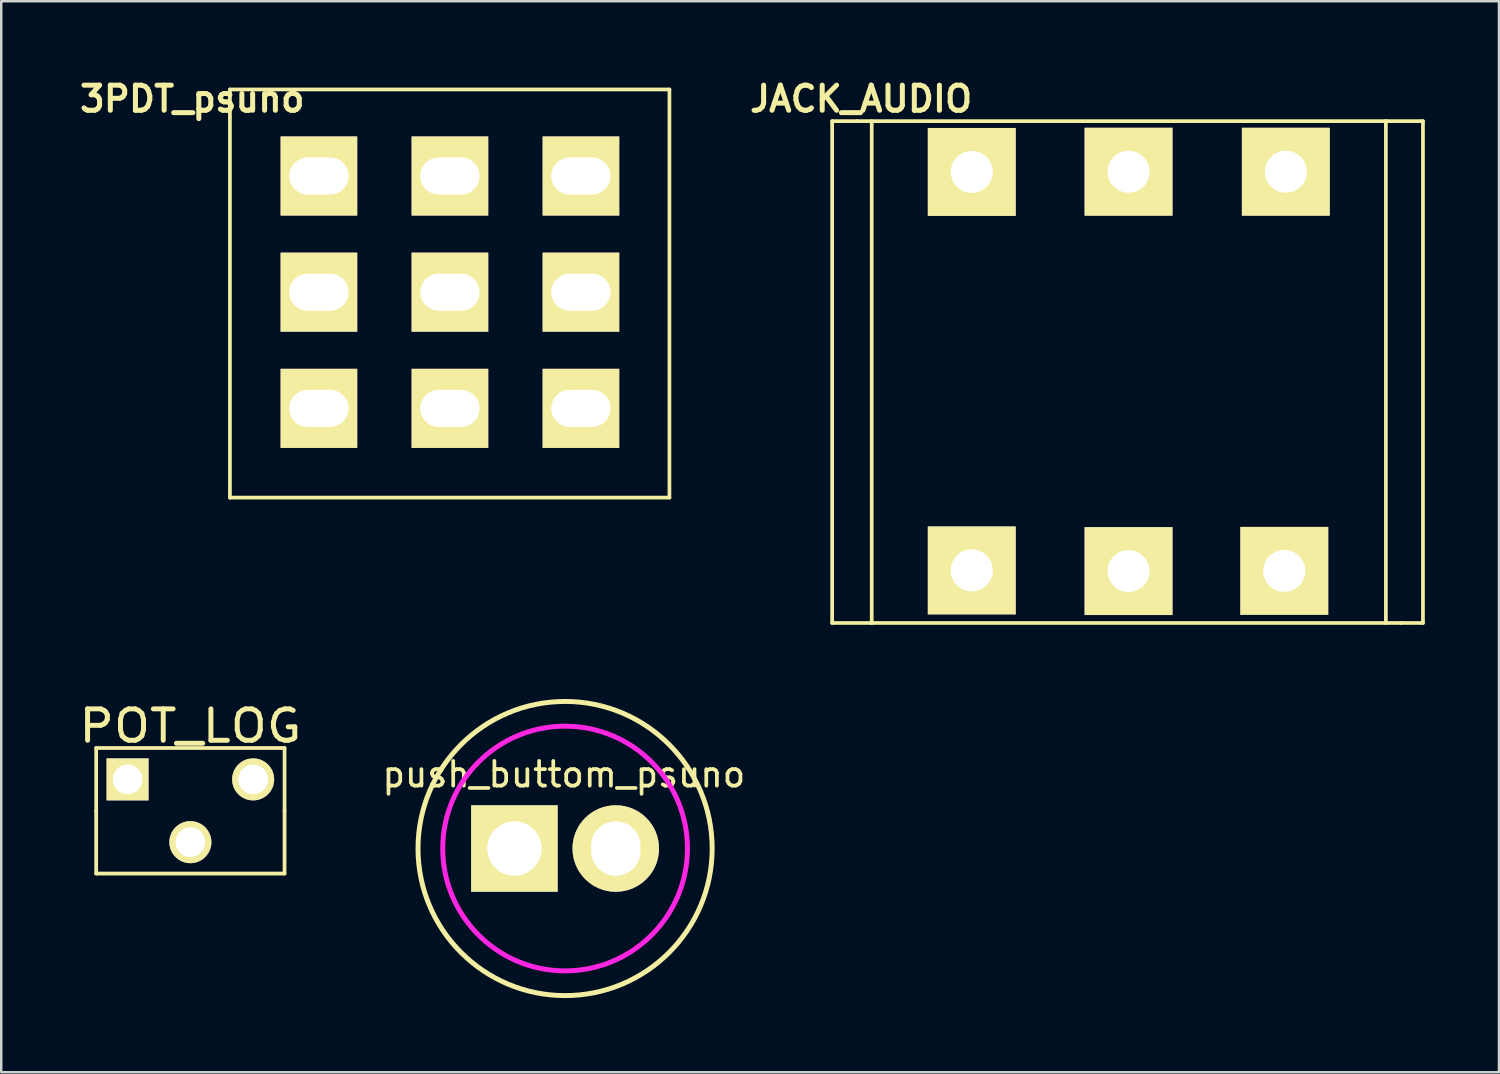
<source format=kicad_pcb>
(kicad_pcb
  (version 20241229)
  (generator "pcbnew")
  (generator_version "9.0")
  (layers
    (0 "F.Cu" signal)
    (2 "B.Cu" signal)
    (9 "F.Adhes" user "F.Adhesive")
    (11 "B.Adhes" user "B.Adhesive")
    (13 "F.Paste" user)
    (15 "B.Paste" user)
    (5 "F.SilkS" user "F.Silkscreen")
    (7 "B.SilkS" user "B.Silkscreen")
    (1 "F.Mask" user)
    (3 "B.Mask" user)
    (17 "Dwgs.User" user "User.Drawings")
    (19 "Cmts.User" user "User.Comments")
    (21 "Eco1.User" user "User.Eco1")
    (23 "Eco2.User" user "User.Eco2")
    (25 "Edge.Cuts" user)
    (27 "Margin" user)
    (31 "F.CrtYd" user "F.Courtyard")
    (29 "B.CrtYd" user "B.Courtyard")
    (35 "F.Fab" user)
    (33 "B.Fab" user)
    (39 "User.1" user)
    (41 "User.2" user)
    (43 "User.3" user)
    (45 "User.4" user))
  (footprint "3PDT_psuno"
    (layer "F.Cu")
    (at 6.251 0.57)
    (property "Reference" "3PDT_psuno" (at -1.524 0.381 0) (layer "F.SilkS") (effects (font (size 1.016 1.016) (thickness 0.203))))
    (attr through_hole)
    (fp_line (start 0 0) (end 17.78 0) (stroke (width 0.15) (type solid)) (layer "F.SilkS"))
    (fp_line (start 0 16.51) (end 0 0) (stroke (width 0.15) (type solid)) (layer "F.SilkS"))
    (fp_line (start 17.78 0) (end 17.78 16.51) (stroke (width 0.15) (type solid)) (layer "F.SilkS"))
    (fp_line (start 17.78 16.51) (end 0 16.51) (stroke (width 0.15) (type solid)) (layer "F.SilkS"))
    (pad "1" thru_hole rect (at 3.6 3.5) (size 3.1 3.2) (drill oval 2.4 1.5) (layers "*.Cu" "*.Mask" "F.SilkS"))
    (pad "2" thru_hole rect (at 3.6 8.2) (size 3.1 3.2) (drill oval 2.4 1.5) (layers "*.Cu" "*.Mask" "F.SilkS"))
    (pad "3" thru_hole rect (at 3.6 12.9) (size 3.1 3.2) (drill oval 2.4 1.5) (layers "*.Cu" "*.Mask" "F.SilkS"))
    (pad "4" thru_hole rect (at 8.9 3.5) (size 3.1 3.2) (drill oval 2.4 1.5) (layers "*.Cu" "*.Mask" "F.SilkS"))
    (pad "5" thru_hole rect (at 8.9 8.2) (size 3.1 3.2) (drill oval 2.4 1.5) (layers "*.Cu" "*.Mask" "F.SilkS"))
    (pad "6" thru_hole rect (at 8.9 12.9) (size 3.1 3.2) (drill oval 2.4 1.5) (layers "*.Cu" "*.Mask" "F.SilkS"))
    (pad "7" thru_hole rect (at 14.2 3.5) (size 3.1 3.2) (drill oval 2.4 1.5) (layers "*.Cu" "*.Mask" "F.SilkS"))
    (pad "8" thru_hole rect (at 14.2 8.2) (size 3.1 3.2) (drill oval 2.4 1.5) (layers "*.Cu" "*.Mask" "F.SilkS"))
    (pad "9" thru_hole rect (at 14.2 12.9) (size 3.1 3.2) (drill oval 2.4 1.5) (layers "*.Cu" "*.Mask" "F.SilkS")))
  (footprint "push_buttom_psuno"
    (layer "F.Cu")
    (at 17.76 31.276)
    (property "Reference" "push_buttom_psuno" (at 2 -3 0) (layer "F.SilkS") (effects (font (size 1 1) (thickness 0.15))))
    (attr through_hole)
    (fp_circle (center 2.05 0) (end 8 0) (stroke (width 0.2) (type solid)) (fill no) (layer "F.SilkS"))
    (fp_circle (center 2.05 0) (end 7 0) (stroke (width 0.2) (type solid)) (fill no) (layer "F.CrtYd"))
    (pad "1" thru_hole rect (at 0 0) (size 3.5 3.5) (drill oval 2.2) (layers "*.Cu" "*.Mask" "F.SilkS"))
    (pad "2" thru_hole circle (at 4.1 0) (size 3.5 3.5) (drill oval 2 2.2) (layers "*.Cu" "*.Mask" "F.SilkS")))
  (footprint "JACK_AUDIO"
    (layer "F.Cu")
    (at 30.514 0.951)
    (property "Reference" "JACK_AUDIO" (at 1.27 0 0) (layer "F.SilkS") (effects (font (size 1.016 1.016) (thickness 0.203))))
    (attr through_hole)
    (fp_line (start 0.1 0.9) (end 1.1 0.9) (stroke (width 0.15) (type solid)) (layer "F.SilkS"))
    (fp_line (start 0.1 21.2) (end 0.1 0.9) (stroke (width 0.15) (type solid)) (layer "F.SilkS"))
    (fp_line (start 1.1 0.9) (end 22.5 0.9) (stroke (width 0.15) (type solid)) (layer "F.SilkS"))
    (fp_line (start 1.7 21.2) (end 0.1 21.2) (stroke (width 0.15) (type solid)) (layer "F.SilkS"))
    (fp_line (start 1.7 21.2) (end 1.7 0.9) (stroke (width 0.15) (type solid)) (layer "F.SilkS"))
    (fp_line (start 22.5 0.9) (end 22.5 21.2) (stroke (width 0.15) (type solid)) (layer "F.SilkS"))
    (fp_line (start 23.1 21.2) (end 1.7 21.2) (stroke (width 0.15) (type solid)) (layer "F.SilkS"))
    (fp_line (start 23.1 21.2) (end 24 21.2) (stroke (width 0.15) (type solid)) (layer "F.SilkS"))
    (fp_line (start 24 0.9) (end 22.5 0.9) (stroke (width 0.15) (type solid)) (layer "F.SilkS"))
    (fp_line (start 24 21.2) (end 24 0.9) (stroke (width 0.15) (type solid)) (layer "F.SilkS"))
    (pad "1" thru_hole rect (at 18.39 19.093) (size 3.556 3.556) (drill 1.7) (layers "*.Cu" "*.Mask" "F.SilkS"))
    (pad "2" thru_hole rect (at 12.09 19.101) (size 3.556 3.556) (drill 1.7) (layers "*.Cu" "*.Mask" "F.SilkS"))
    (pad "3" thru_hole rect (at 5.748 19.075) (size 3.556 3.556) (drill 1.7) (layers "*.Cu" "*.Mask" "F.SilkS"))
    (pad "4" thru_hole rect (at 18.453 2.946) (size 3.556 3.556) (drill 1.7) (layers "*.Cu" "*.Mask" "F.SilkS"))
    (pad "5" thru_hole rect (at 12.09 2.946) (size 3.556 3.556) (drill 1.7) (layers "*.Cu" "*.Mask" "F.SilkS"))
    (pad "6" thru_hole rect (at 5.748 2.954) (size 3.556 3.556) (drill 1.7) (layers "*.Cu" "*.Mask" "F.SilkS")))
  (footprint "POT_LOG"
    (layer "F.Cu")
    (at 4.651 31.019)
    (property "Reference" "POT_LOG" (at 0 -4.699 0) (layer "F.SilkS") (effects (font (size 1.27 1.397) (thickness 0.2))))
    (attr through_hole)
    (fp_line (start -3.81 -3.81) (end -3.81 -1.27) (stroke (width 0.15) (type solid)) (layer "F.SilkS"))
    (fp_line (start -3.81 1.27) (end -3.81 -1.27) (stroke (width 0.152) (type solid)) (layer "F.SilkS"))
    (fp_line (start 3.81 -3.81) (end -3.81 -3.81) (stroke (width 0.15) (type solid)) (layer "F.SilkS"))
    (fp_line (start 3.81 -1.27) (end 3.81 -3.81) (stroke (width 0.15) (type solid)) (layer "F.SilkS"))
    (fp_line (start 3.81 -1.27) (end 3.81 1.27) (stroke (width 0.152) (type solid)) (layer "F.SilkS"))
    (fp_line (start 3.81 1.27) (end -3.81 1.27) (stroke (width 0.152) (type solid)) (layer "F.SilkS"))
    (pad "1" thru_hole rect (at -2.54 -2.54) (size 1.7 1.7) (drill 1.2) (layers "*.Cu" "*.Mask" "F.SilkS"))
    (pad "2" thru_hole circle (at 0 0) (size 1.7 1.7) (drill 1.2) (layers "*.Cu" "*.Mask" "F.SilkS"))
    (pad "3" thru_hole circle (at 2.54 -2.54) (size 1.7 1.7) (drill 1.2) (layers "*.Cu" "*.Mask" "F.SilkS")))
  (gr_rect
    (start -3 -3)
    (end 57.589 40.326)
    (stroke (width 0.1) (type default))
    (fill no)
    (layer "Edge.Cuts")))
</source>
